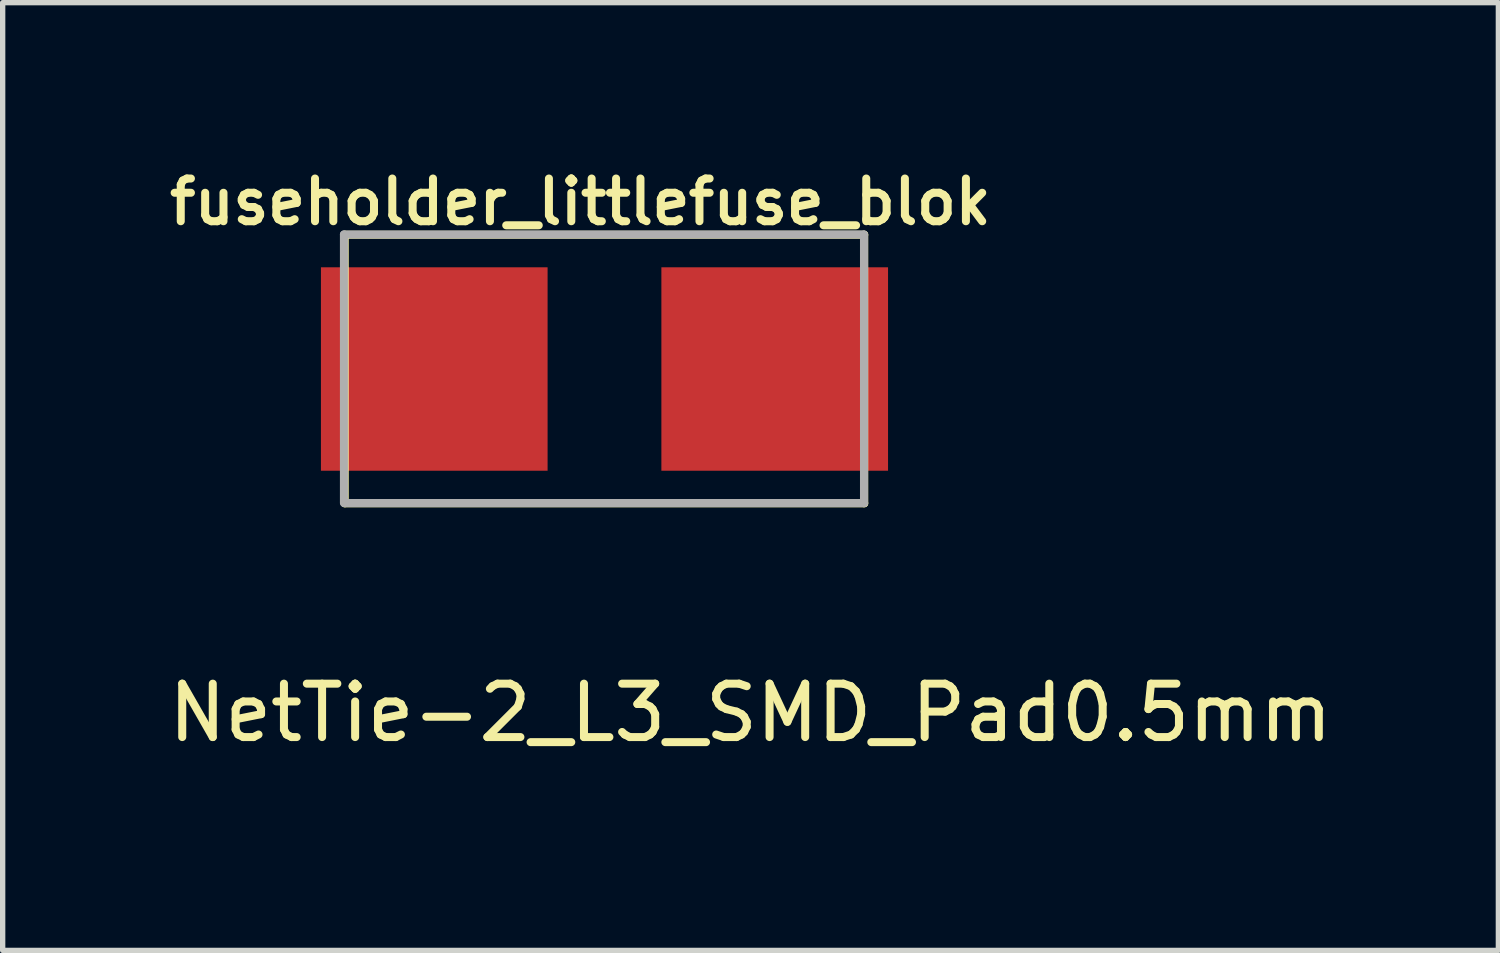
<source format=kicad_pcb>
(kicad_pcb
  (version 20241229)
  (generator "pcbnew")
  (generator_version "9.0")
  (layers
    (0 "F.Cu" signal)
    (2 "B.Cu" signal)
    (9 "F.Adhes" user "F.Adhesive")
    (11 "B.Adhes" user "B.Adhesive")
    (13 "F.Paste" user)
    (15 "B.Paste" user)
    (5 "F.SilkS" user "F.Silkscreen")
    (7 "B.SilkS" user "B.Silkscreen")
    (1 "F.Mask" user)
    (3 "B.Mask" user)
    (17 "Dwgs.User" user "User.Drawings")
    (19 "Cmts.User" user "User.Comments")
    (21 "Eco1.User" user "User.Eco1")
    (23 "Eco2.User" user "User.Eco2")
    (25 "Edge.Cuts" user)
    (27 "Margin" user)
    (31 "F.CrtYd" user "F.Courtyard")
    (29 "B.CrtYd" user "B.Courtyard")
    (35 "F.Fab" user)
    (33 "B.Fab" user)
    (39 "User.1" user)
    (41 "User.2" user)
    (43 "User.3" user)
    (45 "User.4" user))
  (footprint "NetTie-2_L3_SMD_Pad0.5mm"
    (layer "F.Cu")
    (at 11.006 11.499)
    (property "Reference" "NetTie-2_L3_SMD_Pad0.5mm" (at 0 -1.2 0) (layer "F.SilkS") (effects (font (size 1 1) (thickness 0.15))))
    (attr exclude_from_pos_files exclude_from_bom allow_missing_courtyard)
    (fp_poly (pts (xy -0.5 -0.25) (xy 0.5 -0.25) (xy 0.5 0.25) (xy -0.5 0.25)) (stroke (width 0) (type solid)) (fill yes) (layer "In2.Cu"))
    (pad "1" smd circle (at -0.5 0) (size 0.5 0.5) (layers "In2.Cu"))
    (pad "2" smd circle (at 0.5 0) (size 0.5 0.5) (layers "In2.Cu")))
  (footprint "fuseholder_littlefuse_blok"
    (layer "F.Cu")
    (at 8.271 3.861)
    (property "Reference" "fuseholder_littlefuse_blok" (at -0.45 -3.13 0) (layer "F.SilkS") (effects (font (size 0.8 0.8) (thickness 0.15))))
    (attr smd)
    (fp_line (start -4.865 -2.515) (end 4.865 -2.515) (stroke (width 0.15) (type solid)) (layer "F.SilkS"))
    (fp_line (start -4.865 2.515) (end -4.865 -2.515) (stroke (width 0.15) (type solid)) (layer "F.SilkS"))
    (fp_line (start -4.865 2.515) (end 4.865 2.515) (stroke (width 0.15) (type solid)) (layer "F.SilkS"))
    (fp_line (start 4.865 2.515) (end 4.865 -2.515) (stroke (width 0.15) (type solid)) (layer "F.SilkS"))
    (fp_line (start -4.88 -2.52) (end 4.85 -2.52) (stroke (width 0.15) (type solid)) (layer "F.Fab"))
    (fp_line (start -4.88 2.51) (end -4.88 -2.52) (stroke (width 0.15) (type solid)) (layer "F.Fab"))
    (fp_line (start -4.87 2.51) (end 4.86 2.51) (stroke (width 0.15) (type solid)) (layer "F.Fab"))
    (fp_line (start 4.86 2.51) (end 4.86 -2.52) (stroke (width 0.15) (type solid)) (layer "F.Fab"))
    (pad "1" smd rect (at -3.188 0) (size 4.245 3.81) (layers "F.Cu" "F.Mask" "F.Paste"))
    (pad "2" smd rect (at 3.188 0) (size 4.245 3.81) (layers "F.Cu" "F.Mask" "F.Paste")))
  (gr_rect
    (start -3 -3)
    (end 25.012 14.749)
    (stroke (width 0.1) (type default))
    (fill no)
    (layer "Edge.Cuts")))
</source>
